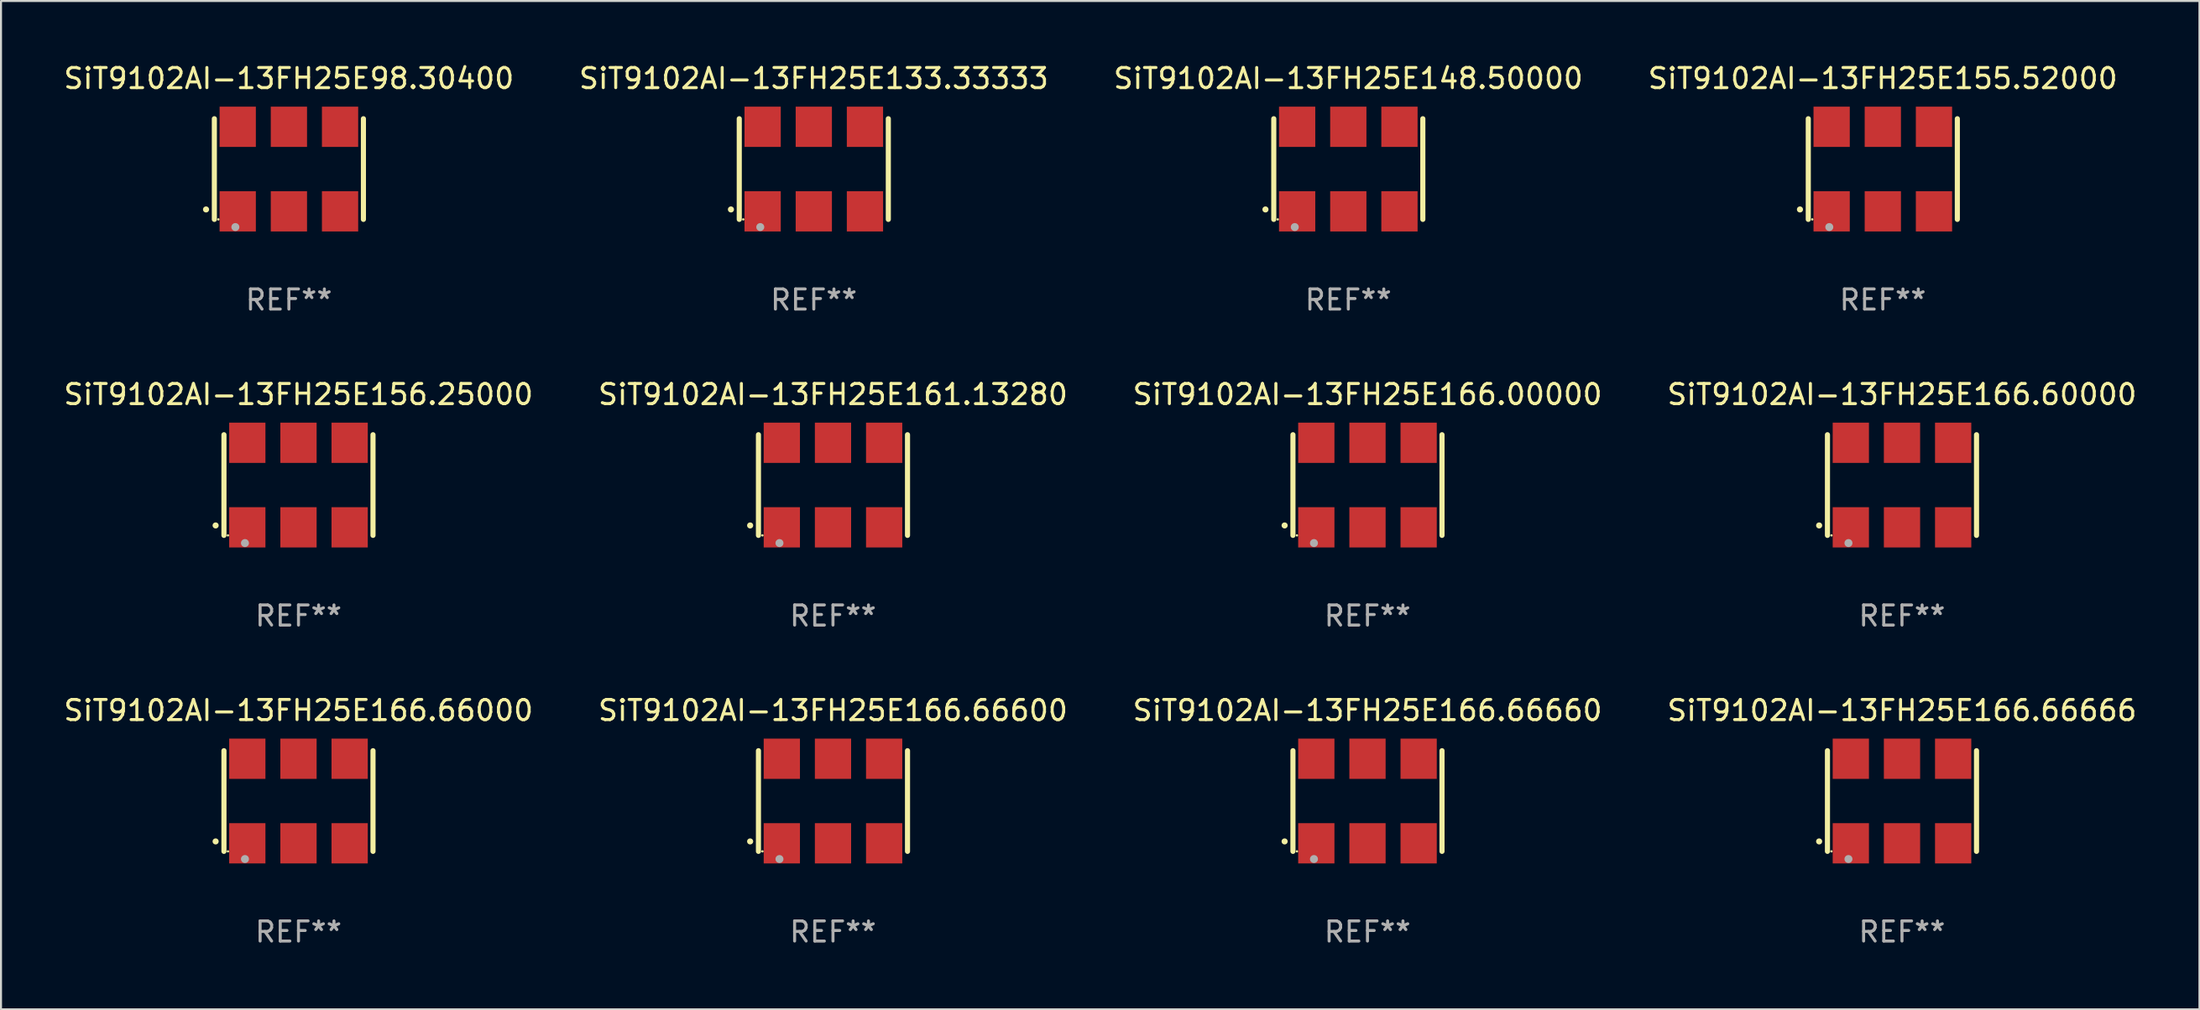
<source format=kicad_pcb>
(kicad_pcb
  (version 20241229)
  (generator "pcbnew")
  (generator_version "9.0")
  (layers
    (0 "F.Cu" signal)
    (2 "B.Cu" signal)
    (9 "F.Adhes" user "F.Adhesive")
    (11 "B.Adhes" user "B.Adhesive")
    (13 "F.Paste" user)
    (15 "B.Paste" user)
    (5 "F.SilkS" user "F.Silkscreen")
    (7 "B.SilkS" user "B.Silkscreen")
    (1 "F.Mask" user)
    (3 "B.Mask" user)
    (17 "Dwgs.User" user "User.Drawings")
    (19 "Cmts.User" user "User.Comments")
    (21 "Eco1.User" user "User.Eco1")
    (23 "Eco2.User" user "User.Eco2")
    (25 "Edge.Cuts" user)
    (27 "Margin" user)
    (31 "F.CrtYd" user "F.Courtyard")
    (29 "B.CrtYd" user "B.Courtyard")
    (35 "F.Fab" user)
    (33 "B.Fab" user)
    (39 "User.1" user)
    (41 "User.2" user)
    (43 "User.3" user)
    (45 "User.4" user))
  (footprint "SiT9102AI-13FH25E166.66660"
    (layer "F.Cu")
    (at 64.839 36.741)
    (property "Reference" "SiT9102AI-13FH25E166.66660" (at 0 -4.5 0) (layer "F.SilkS") (effects (font (size 1 1) (thickness 0.15))))
    (attr through_hole)
    (fp_line (start -3.7 -2.5) (end -3.7 2.5) (stroke (width 0.254) (type solid)) (layer "F.SilkS"))
    (fp_line (start 3.7 -2.5) (end 3.7 2.5) (stroke (width 0.254) (type solid)) (layer "F.SilkS"))
    (fp_arc (start -4.114415 2.006604) (mid -4.113145 2.006599) (end -4.111875 2.006604) (stroke (width 0.3) (type solid)) (layer "F.SilkS"))
    (fp_circle (center -3.502 2.5) (end -3.472 2.5) (stroke (width 0.06) (type solid)) (fill no) (layer "F.SilkS"))
    (fp_circle (center -2.657 2.882) (end -2.557 2.882) (stroke (width 0.2) (type solid)) (fill no) (layer "F.Fab"))
    (fp_text user "REF**" (at 0 6.5 0) (layer "F.Fab") (effects (font (size 1 1) (thickness 0.15))))
    (pad "1" smd rect (at -2.54 2.1) (size 1.8 2) (layers "F.Cu" "F.Mask" "F.Paste"))
    (pad "2" smd rect (at 0.000394 2.1) (size 1.8 2) (layers "F.Cu" "F.Mask" "F.Paste"))
    (pad "3" smd rect (at 2.54 2.1) (size 1.8 2) (layers "F.Cu" "F.Mask" "F.Paste"))
    (pad "4" smd rect (at 2.54 -2.1) (size 1.8 2) (layers "F.Cu" "F.Mask" "F.Paste"))
    (pad "5" smd rect (at 0.000394 -2.1) (size 1.8 2) (layers "F.Cu" "F.Mask" "F.Paste"))
    (pad "6" smd rect (at -2.54 -2.1) (size 1.8 2) (layers "F.Cu" "F.Mask" "F.Paste")))
  (footprint "SiT9102AI-13FH25E166.66600"
    (layer "F.Cu")
    (at 38.304 36.741)
    (property "Reference" "SiT9102AI-13FH25E166.66600" (at 0 -4.5 0) (layer "F.SilkS") (effects (font (size 1 1) (thickness 0.15))))
    (attr through_hole)
    (fp_line (start -3.7 -2.5) (end -3.7 2.5) (stroke (width 0.254) (type solid)) (layer "F.SilkS"))
    (fp_line (start 3.7 -2.5) (end 3.7 2.5) (stroke (width 0.254) (type solid)) (layer "F.SilkS"))
    (fp_arc (start -4.114415 2.006604) (mid -4.113145 2.006599) (end -4.111875 2.006604) (stroke (width 0.3) (type solid)) (layer "F.SilkS"))
    (fp_circle (center -3.502 2.5) (end -3.472 2.5) (stroke (width 0.06) (type solid)) (fill no) (layer "F.SilkS"))
    (fp_circle (center -2.657 2.882) (end -2.557 2.882) (stroke (width 0.2) (type solid)) (fill no) (layer "F.Fab"))
    (fp_text user "REF**" (at 0 6.5 0) (layer "F.Fab") (effects (font (size 1 1) (thickness 0.15))))
    (pad "1" smd rect (at -2.54 2.1) (size 1.8 2) (layers "F.Cu" "F.Mask" "F.Paste"))
    (pad "2" smd rect (at 0.000394 2.1) (size 1.8 2) (layers "F.Cu" "F.Mask" "F.Paste"))
    (pad "3" smd rect (at 2.54 2.1) (size 1.8 2) (layers "F.Cu" "F.Mask" "F.Paste"))
    (pad "4" smd rect (at 2.54 -2.1) (size 1.8 2) (layers "F.Cu" "F.Mask" "F.Paste"))
    (pad "5" smd rect (at 0.000394 -2.1) (size 1.8 2) (layers "F.Cu" "F.Mask" "F.Paste"))
    (pad "6" smd rect (at -2.54 -2.1) (size 1.8 2) (layers "F.Cu" "F.Mask" "F.Paste")))
  (footprint "SiT9102AI-13FH25E166.66000"
    (layer "F.Cu")
    (at 11.768 36.741)
    (property "Reference" "SiT9102AI-13FH25E166.66000" (at 0 -4.5 0) (layer "F.SilkS") (effects (font (size 1 1) (thickness 0.15))))
    (attr through_hole)
    (fp_line (start -3.7 -2.5) (end -3.7 2.5) (stroke (width 0.254) (type solid)) (layer "F.SilkS"))
    (fp_line (start 3.7 -2.5) (end 3.7 2.5) (stroke (width 0.254) (type solid)) (layer "F.SilkS"))
    (fp_arc (start -4.114415 2.006604) (mid -4.113145 2.006599) (end -4.111875 2.006604) (stroke (width 0.3) (type solid)) (layer "F.SilkS"))
    (fp_circle (center -3.502 2.5) (end -3.472 2.5) (stroke (width 0.06) (type solid)) (fill no) (layer "F.SilkS"))
    (fp_circle (center -2.657 2.882) (end -2.557 2.882) (stroke (width 0.2) (type solid)) (fill no) (layer "F.Fab"))
    (fp_text user "REF**" (at 0 6.5 0) (layer "F.Fab") (effects (font (size 1 1) (thickness 0.15))))
    (pad "1" smd rect (at -2.54 2.1) (size 1.8 2) (layers "F.Cu" "F.Mask" "F.Paste"))
    (pad "2" smd rect (at 0.000394 2.1) (size 1.8 2) (layers "F.Cu" "F.Mask" "F.Paste"))
    (pad "3" smd rect (at 2.54 2.1) (size 1.8 2) (layers "F.Cu" "F.Mask" "F.Paste"))
    (pad "4" smd rect (at 2.54 -2.1) (size 1.8 2) (layers "F.Cu" "F.Mask" "F.Paste"))
    (pad "5" smd rect (at 0.000394 -2.1) (size 1.8 2) (layers "F.Cu" "F.Mask" "F.Paste"))
    (pad "6" smd rect (at -2.54 -2.1) (size 1.8 2) (layers "F.Cu" "F.Mask" "F.Paste")))
  (footprint "SiT9102AI-13FH25E133.33333"
    (layer "F.Cu")
    (at 37.351 5.348)
    (property "Reference" "SiT9102AI-13FH25E133.33333" (at 0 -4.5 0) (layer "F.SilkS") (effects (font (size 1 1) (thickness 0.15))))
    (attr through_hole)
    (fp_line (start -3.7 -2.5) (end -3.7 2.5) (stroke (width 0.254) (type solid)) (layer "F.SilkS"))
    (fp_line (start 3.7 -2.5) (end 3.7 2.5) (stroke (width 0.254) (type solid)) (layer "F.SilkS"))
    (fp_arc (start -4.114415 2.006604) (mid -4.113145 2.006599) (end -4.111875 2.006604) (stroke (width 0.3) (type solid)) (layer "F.SilkS"))
    (fp_circle (center -3.502 2.5) (end -3.472 2.5) (stroke (width 0.06) (type solid)) (fill no) (layer "F.SilkS"))
    (fp_circle (center -2.657 2.882) (end -2.557 2.882) (stroke (width 0.2) (type solid)) (fill no) (layer "F.Fab"))
    (fp_text user "REF**" (at 0 6.5 0) (layer "F.Fab") (effects (font (size 1 1) (thickness 0.15))))
    (pad "1" smd rect (at -2.54 2.1) (size 1.8 2) (layers "F.Cu" "F.Mask" "F.Paste"))
    (pad "2" smd rect (at 0.000394 2.1) (size 1.8 2) (layers "F.Cu" "F.Mask" "F.Paste"))
    (pad "3" smd rect (at 2.54 2.1) (size 1.8 2) (layers "F.Cu" "F.Mask" "F.Paste"))
    (pad "4" smd rect (at 2.54 -2.1) (size 1.8 2) (layers "F.Cu" "F.Mask" "F.Paste"))
    (pad "5" smd rect (at 0.000394 -2.1) (size 1.8 2) (layers "F.Cu" "F.Mask" "F.Paste"))
    (pad "6" smd rect (at -2.54 -2.1) (size 1.8 2) (layers "F.Cu" "F.Mask" "F.Paste")))
  (footprint "SiT9102AI-13FH25E166.00000"
    (layer "F.Cu")
    (at 64.839 21.045)
    (property "Reference" "SiT9102AI-13FH25E166.00000" (at 0 -4.5 0) (layer "F.SilkS") (effects (font (size 1 1) (thickness 0.15))))
    (attr through_hole)
    (fp_line (start -3.7 -2.5) (end -3.7 2.5) (stroke (width 0.254) (type solid)) (layer "F.SilkS"))
    (fp_line (start 3.7 -2.5) (end 3.7 2.5) (stroke (width 0.254) (type solid)) (layer "F.SilkS"))
    (fp_arc (start -4.114415 2.006604) (mid -4.113145 2.006599) (end -4.111875 2.006604) (stroke (width 0.3) (type solid)) (layer "F.SilkS"))
    (fp_circle (center -3.502 2.5) (end -3.472 2.5) (stroke (width 0.06) (type solid)) (fill no) (layer "F.SilkS"))
    (fp_circle (center -2.657 2.882) (end -2.557 2.882) (stroke (width 0.2) (type solid)) (fill no) (layer "F.Fab"))
    (fp_text user "REF**" (at 0 6.5 0) (layer "F.Fab") (effects (font (size 1 1) (thickness 0.15))))
    (pad "1" smd rect (at -2.54 2.1) (size 1.8 2) (layers "F.Cu" "F.Mask" "F.Paste"))
    (pad "2" smd rect (at 0.000394 2.1) (size 1.8 2) (layers "F.Cu" "F.Mask" "F.Paste"))
    (pad "3" smd rect (at 2.54 2.1) (size 1.8 2) (layers "F.Cu" "F.Mask" "F.Paste"))
    (pad "4" smd rect (at 2.54 -2.1) (size 1.8 2) (layers "F.Cu" "F.Mask" "F.Paste"))
    (pad "5" smd rect (at 0.000394 -2.1) (size 1.8 2) (layers "F.Cu" "F.Mask" "F.Paste"))
    (pad "6" smd rect (at -2.54 -2.1) (size 1.8 2) (layers "F.Cu" "F.Mask" "F.Paste")))
  (footprint "SiT9102AI-13FH25E155.52000"
    (layer "F.Cu")
    (at 90.423 5.348)
    (property "Reference" "SiT9102AI-13FH25E155.52000" (at 0 -4.5 0) (layer "F.SilkS") (effects (font (size 1 1) (thickness 0.15))))
    (attr through_hole)
    (fp_line (start -3.7 -2.5) (end -3.7 2.5) (stroke (width 0.254) (type solid)) (layer "F.SilkS"))
    (fp_line (start 3.7 -2.5) (end 3.7 2.5) (stroke (width 0.254) (type solid)) (layer "F.SilkS"))
    (fp_arc (start -4.114415 2.006604) (mid -4.113145 2.006599) (end -4.111875 2.006604) (stroke (width 0.3) (type solid)) (layer "F.SilkS"))
    (fp_circle (center -3.502 2.5) (end -3.472 2.5) (stroke (width 0.06) (type solid)) (fill no) (layer "F.SilkS"))
    (fp_circle (center -2.657 2.882) (end -2.557 2.882) (stroke (width 0.2) (type solid)) (fill no) (layer "F.Fab"))
    (fp_text user "REF**" (at 0 6.5 0) (layer "F.Fab") (effects (font (size 1 1) (thickness 0.15))))
    (pad "1" smd rect (at -2.54 2.1) (size 1.8 2) (layers "F.Cu" "F.Mask" "F.Paste"))
    (pad "2" smd rect (at 0.000394 2.1) (size 1.8 2) (layers "F.Cu" "F.Mask" "F.Paste"))
    (pad "3" smd rect (at 2.54 2.1) (size 1.8 2) (layers "F.Cu" "F.Mask" "F.Paste"))
    (pad "4" smd rect (at 2.54 -2.1) (size 1.8 2) (layers "F.Cu" "F.Mask" "F.Paste"))
    (pad "5" smd rect (at 0.000394 -2.1) (size 1.8 2) (layers "F.Cu" "F.Mask" "F.Paste"))
    (pad "6" smd rect (at -2.54 -2.1) (size 1.8 2) (layers "F.Cu" "F.Mask" "F.Paste")))
  (footprint "SiT9102AI-13FH25E161.13280"
    (layer "F.Cu")
    (at 38.304 21.045)
    (property "Reference" "SiT9102AI-13FH25E161.13280" (at 0 -4.5 0) (layer "F.SilkS") (effects (font (size 1 1) (thickness 0.15))))
    (attr through_hole)
    (fp_line (start -3.7 -2.5) (end -3.7 2.5) (stroke (width 0.254) (type solid)) (layer "F.SilkS"))
    (fp_line (start 3.7 -2.5) (end 3.7 2.5) (stroke (width 0.254) (type solid)) (layer "F.SilkS"))
    (fp_arc (start -4.114415 2.006604) (mid -4.113145 2.006599) (end -4.111875 2.006604) (stroke (width 0.3) (type solid)) (layer "F.SilkS"))
    (fp_circle (center -3.502 2.5) (end -3.472 2.5) (stroke (width 0.06) (type solid)) (fill no) (layer "F.SilkS"))
    (fp_circle (center -2.657 2.882) (end -2.557 2.882) (stroke (width 0.2) (type solid)) (fill no) (layer "F.Fab"))
    (fp_text user "REF**" (at 0 6.5 0) (layer "F.Fab") (effects (font (size 1 1) (thickness 0.15))))
    (pad "1" smd rect (at -2.54 2.1) (size 1.8 2) (layers "F.Cu" "F.Mask" "F.Paste"))
    (pad "2" smd rect (at 0.000394 2.1) (size 1.8 2) (layers "F.Cu" "F.Mask" "F.Paste"))
    (pad "3" smd rect (at 2.54 2.1) (size 1.8 2) (layers "F.Cu" "F.Mask" "F.Paste"))
    (pad "4" smd rect (at 2.54 -2.1) (size 1.8 2) (layers "F.Cu" "F.Mask" "F.Paste"))
    (pad "5" smd rect (at 0.000394 -2.1) (size 1.8 2) (layers "F.Cu" "F.Mask" "F.Paste"))
    (pad "6" smd rect (at -2.54 -2.1) (size 1.8 2) (layers "F.Cu" "F.Mask" "F.Paste")))
  (footprint "SiT9102AI-13FH25E98.30400"
    (layer "F.Cu")
    (at 11.292 5.348)
    (property "Reference" "SiT9102AI-13FH25E98.30400" (at 0 -4.5 0) (layer "F.SilkS") (effects (font (size 1 1) (thickness 0.15))))
    (attr through_hole)
    (fp_line (start -3.7 -2.5) (end -3.7 2.5) (stroke (width 0.254) (type solid)) (layer "F.SilkS"))
    (fp_line (start 3.7 -2.5) (end 3.7 2.5) (stroke (width 0.254) (type solid)) (layer "F.SilkS"))
    (fp_arc (start -4.114415 2.006604) (mid -4.113145 2.006599) (end -4.111875 2.006604) (stroke (width 0.3) (type solid)) (layer "F.SilkS"))
    (fp_circle (center -3.502 2.5) (end -3.472 2.5) (stroke (width 0.06) (type solid)) (fill no) (layer "F.SilkS"))
    (fp_circle (center -2.657 2.882) (end -2.557 2.882) (stroke (width 0.2) (type solid)) (fill no) (layer "F.Fab"))
    (fp_text user "REF**" (at 0 6.5 0) (layer "F.Fab") (effects (font (size 1 1) (thickness 0.15))))
    (pad "1" smd rect (at -2.54 2.1) (size 1.8 2) (layers "F.Cu" "F.Mask" "F.Paste"))
    (pad "2" smd rect (at 0.000394 2.1) (size 1.8 2) (layers "F.Cu" "F.Mask" "F.Paste"))
    (pad "3" smd rect (at 2.54 2.1) (size 1.8 2) (layers "F.Cu" "F.Mask" "F.Paste"))
    (pad "4" smd rect (at 2.54 -2.1) (size 1.8 2) (layers "F.Cu" "F.Mask" "F.Paste"))
    (pad "5" smd rect (at 0.000394 -2.1) (size 1.8 2) (layers "F.Cu" "F.Mask" "F.Paste"))
    (pad "6" smd rect (at -2.54 -2.1) (size 1.8 2) (layers "F.Cu" "F.Mask" "F.Paste")))
  (footprint "SiT9102AI-13FH25E166.60000"
    (layer "F.Cu")
    (at 91.375 21.045)
    (property "Reference" "SiT9102AI-13FH25E166.60000" (at 0 -4.5 0) (layer "F.SilkS") (effects (font (size 1 1) (thickness 0.15))))
    (attr through_hole)
    (fp_line (start -3.7 -2.5) (end -3.7 2.5) (stroke (width 0.254) (type solid)) (layer "F.SilkS"))
    (fp_line (start 3.7 -2.5) (end 3.7 2.5) (stroke (width 0.254) (type solid)) (layer "F.SilkS"))
    (fp_arc (start -4.114415 2.006604) (mid -4.113145 2.006599) (end -4.111875 2.006604) (stroke (width 0.3) (type solid)) (layer "F.SilkS"))
    (fp_circle (center -3.502 2.5) (end -3.472 2.5) (stroke (width 0.06) (type solid)) (fill no) (layer "F.SilkS"))
    (fp_circle (center -2.657 2.882) (end -2.557 2.882) (stroke (width 0.2) (type solid)) (fill no) (layer "F.Fab"))
    (fp_text user "REF**" (at 0 6.5 0) (layer "F.Fab") (effects (font (size 1 1) (thickness 0.15))))
    (pad "1" smd rect (at -2.54 2.1) (size 1.8 2) (layers "F.Cu" "F.Mask" "F.Paste"))
    (pad "2" smd rect (at 0.000394 2.1) (size 1.8 2) (layers "F.Cu" "F.Mask" "F.Paste"))
    (pad "3" smd rect (at 2.54 2.1) (size 1.8 2) (layers "F.Cu" "F.Mask" "F.Paste"))
    (pad "4" smd rect (at 2.54 -2.1) (size 1.8 2) (layers "F.Cu" "F.Mask" "F.Paste"))
    (pad "5" smd rect (at 0.000394 -2.1) (size 1.8 2) (layers "F.Cu" "F.Mask" "F.Paste"))
    (pad "6" smd rect (at -2.54 -2.1) (size 1.8 2) (layers "F.Cu" "F.Mask" "F.Paste")))
  (footprint "SiT9102AI-13FH25E166.66666"
    (layer "F.Cu")
    (at 91.375 36.741)
    (property "Reference" "SiT9102AI-13FH25E166.66666" (at 0 -4.5 0) (layer "F.SilkS") (effects (font (size 1 1) (thickness 0.15))))
    (attr through_hole)
    (fp_line (start -3.7 -2.5) (end -3.7 2.5) (stroke (width 0.254) (type solid)) (layer "F.SilkS"))
    (fp_line (start 3.7 -2.5) (end 3.7 2.5) (stroke (width 0.254) (type solid)) (layer "F.SilkS"))
    (fp_arc (start -4.114415 2.006604) (mid -4.113145 2.006599) (end -4.111875 2.006604) (stroke (width 0.3) (type solid)) (layer "F.SilkS"))
    (fp_circle (center -3.502 2.5) (end -3.472 2.5) (stroke (width 0.06) (type solid)) (fill no) (layer "F.SilkS"))
    (fp_circle (center -2.657 2.882) (end -2.557 2.882) (stroke (width 0.2) (type solid)) (fill no) (layer "F.Fab"))
    (fp_text user "REF**" (at 0 6.5 0) (layer "F.Fab") (effects (font (size 1 1) (thickness 0.15))))
    (pad "1" smd rect (at -2.54 2.1) (size 1.8 2) (layers "F.Cu" "F.Mask" "F.Paste"))
    (pad "2" smd rect (at 0.000394 2.1) (size 1.8 2) (layers "F.Cu" "F.Mask" "F.Paste"))
    (pad "3" smd rect (at 2.54 2.1) (size 1.8 2) (layers "F.Cu" "F.Mask" "F.Paste"))
    (pad "4" smd rect (at 2.54 -2.1) (size 1.8 2) (layers "F.Cu" "F.Mask" "F.Paste"))
    (pad "5" smd rect (at 0.000394 -2.1) (size 1.8 2) (layers "F.Cu" "F.Mask" "F.Paste"))
    (pad "6" smd rect (at -2.54 -2.1) (size 1.8 2) (layers "F.Cu" "F.Mask" "F.Paste")))
  (footprint "SiT9102AI-13FH25E156.25000"
    (layer "F.Cu")
    (at 11.768 21.045)
    (property "Reference" "SiT9102AI-13FH25E156.25000" (at 0 -4.5 0) (layer "F.SilkS") (effects (font (size 1 1) (thickness 0.15))))
    (attr through_hole)
    (fp_line (start -3.7 -2.5) (end -3.7 2.5) (stroke (width 0.254) (type solid)) (layer "F.SilkS"))
    (fp_line (start 3.7 -2.5) (end 3.7 2.5) (stroke (width 0.254) (type solid)) (layer "F.SilkS"))
    (fp_arc (start -4.114415 2.006604) (mid -4.113145 2.006599) (end -4.111875 2.006604) (stroke (width 0.3) (type solid)) (layer "F.SilkS"))
    (fp_circle (center -3.502 2.5) (end -3.472 2.5) (stroke (width 0.06) (type solid)) (fill no) (layer "F.SilkS"))
    (fp_circle (center -2.657 2.882) (end -2.557 2.882) (stroke (width 0.2) (type solid)) (fill no) (layer "F.Fab"))
    (fp_text user "REF**" (at 0 6.5 0) (layer "F.Fab") (effects (font (size 1 1) (thickness 0.15))))
    (pad "1" smd rect (at -2.54 2.1) (size 1.8 2) (layers "F.Cu" "F.Mask" "F.Paste"))
    (pad "2" smd rect (at 0.000394 2.1) (size 1.8 2) (layers "F.Cu" "F.Mask" "F.Paste"))
    (pad "3" smd rect (at 2.54 2.1) (size 1.8 2) (layers "F.Cu" "F.Mask" "F.Paste"))
    (pad "4" smd rect (at 2.54 -2.1) (size 1.8 2) (layers "F.Cu" "F.Mask" "F.Paste"))
    (pad "5" smd rect (at 0.000394 -2.1) (size 1.8 2) (layers "F.Cu" "F.Mask" "F.Paste"))
    (pad "6" smd rect (at -2.54 -2.1) (size 1.8 2) (layers "F.Cu" "F.Mask" "F.Paste")))
  (footprint "SiT9102AI-13FH25E148.50000"
    (layer "F.Cu")
    (at 63.887 5.348)
    (property "Reference" "SiT9102AI-13FH25E148.50000" (at 0 -4.5 0) (layer "F.SilkS") (effects (font (size 1 1) (thickness 0.15))))
    (attr through_hole)
    (fp_line (start -3.7 -2.5) (end -3.7 2.5) (stroke (width 0.254) (type solid)) (layer "F.SilkS"))
    (fp_line (start 3.7 -2.5) (end 3.7 2.5) (stroke (width 0.254) (type solid)) (layer "F.SilkS"))
    (fp_arc (start -4.114415 2.006604) (mid -4.113145 2.006599) (end -4.111875 2.006604) (stroke (width 0.3) (type solid)) (layer "F.SilkS"))
    (fp_circle (center -3.502 2.5) (end -3.472 2.5) (stroke (width 0.06) (type solid)) (fill no) (layer "F.SilkS"))
    (fp_circle (center -2.657 2.882) (end -2.557 2.882) (stroke (width 0.2) (type solid)) (fill no) (layer "F.Fab"))
    (fp_text user "REF**" (at 0 6.5 0) (layer "F.Fab") (effects (font (size 1 1) (thickness 0.15))))
    (pad "1" smd rect (at -2.54 2.1) (size 1.8 2) (layers "F.Cu" "F.Mask" "F.Paste"))
    (pad "2" smd rect (at 0.000394 2.1) (size 1.8 2) (layers "F.Cu" "F.Mask" "F.Paste"))
    (pad "3" smd rect (at 2.54 2.1) (size 1.8 2) (layers "F.Cu" "F.Mask" "F.Paste"))
    (pad "4" smd rect (at 2.54 -2.1) (size 1.8 2) (layers "F.Cu" "F.Mask" "F.Paste"))
    (pad "5" smd rect (at 0.000394 -2.1) (size 1.8 2) (layers "F.Cu" "F.Mask" "F.Paste"))
    (pad "6" smd rect (at -2.54 -2.1) (size 1.8 2) (layers "F.Cu" "F.Mask" "F.Paste")))
  (gr_rect
    (start -3 -3)
    (end 106.143 47.09)
    (stroke (width 0.1) (type default))
    (fill no)
    (layer "Edge.Cuts")))
</source>
